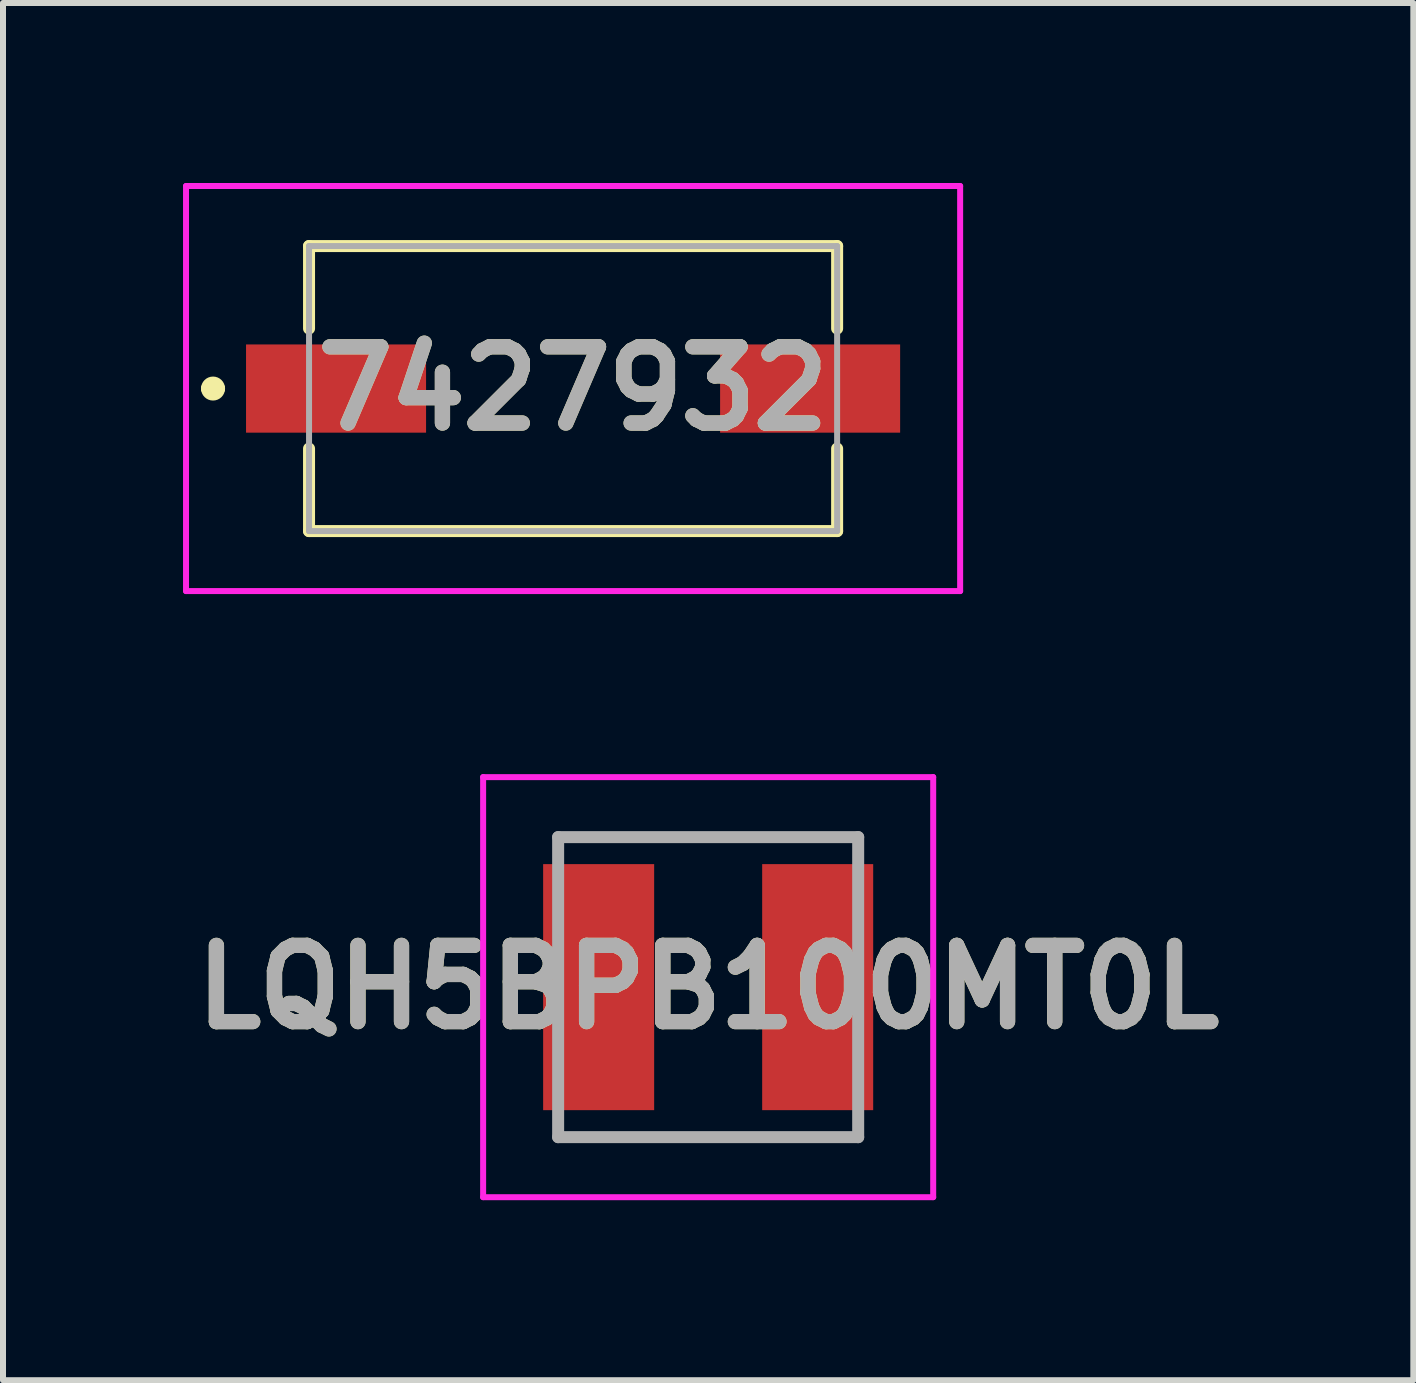
<source format=kicad_pcb>
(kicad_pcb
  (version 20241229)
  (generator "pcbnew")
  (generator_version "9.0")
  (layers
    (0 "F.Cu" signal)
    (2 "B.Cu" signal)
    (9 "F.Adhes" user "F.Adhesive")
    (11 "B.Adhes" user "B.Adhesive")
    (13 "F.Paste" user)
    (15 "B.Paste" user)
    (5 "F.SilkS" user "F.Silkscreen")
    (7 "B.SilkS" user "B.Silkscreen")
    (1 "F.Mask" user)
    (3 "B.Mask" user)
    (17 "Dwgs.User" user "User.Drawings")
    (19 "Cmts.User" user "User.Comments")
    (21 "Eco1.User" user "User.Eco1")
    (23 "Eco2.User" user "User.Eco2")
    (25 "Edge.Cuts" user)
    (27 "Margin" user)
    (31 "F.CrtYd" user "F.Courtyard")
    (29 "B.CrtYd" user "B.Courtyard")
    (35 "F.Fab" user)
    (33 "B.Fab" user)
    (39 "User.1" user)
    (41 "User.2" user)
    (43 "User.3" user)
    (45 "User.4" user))
  (footprint "7427932"
    (layer "F.Cu")
    (at 6.5 3.425)
    (property "Reference" "7427932" (at 0 0 0) (layer "F.SilkS") (effects (font (size 1.27 1.27) (thickness 0.254))))
    (attr smd)
    (fp_line (start -6.1 0) (end -6.1 0) (stroke (width 0.2) (type solid)) (layer "F.SilkS"))
    (fp_line (start -5.9 0) (end -5.9 0) (stroke (width 0.2) (type solid)) (layer "F.SilkS"))
    (fp_line (start -4.4 -2.375) (end 4.4 -2.375) (stroke (width 0.2) (type solid)) (layer "F.SilkS"))
    (fp_line (start -4.4 -1) (end -4.4 -2.375) (stroke (width 0.2) (type solid)) (layer "F.SilkS"))
    (fp_line (start -4.4 1) (end -4.4 2.375) (stroke (width 0.2) (type solid)) (layer "F.SilkS"))
    (fp_line (start -4.4 2.375) (end 4.4 2.375) (stroke (width 0.2) (type solid)) (layer "F.SilkS"))
    (fp_line (start 4.4 -2.375) (end 4.4 -1) (stroke (width 0.2) (type solid)) (layer "F.SilkS"))
    (fp_line (start 4.4 2.375) (end 4.4 1) (stroke (width 0.2) (type solid)) (layer "F.SilkS"))
    (fp_arc (start -6.1 0) (mid -6 -0.1) (end -5.9 0) (stroke (width 0.2) (type solid)) (layer "F.SilkS"))
    (fp_arc (start -5.9 0) (mid -6 0.1) (end -6.1 0) (stroke (width 0.2) (type solid)) (layer "F.SilkS"))
    (fp_line (start -6.45 -3.375) (end 6.45 -3.375) (stroke (width 0.1) (type solid)) (layer "F.CrtYd"))
    (fp_line (start -6.45 3.375) (end -6.45 -3.375) (stroke (width 0.1) (type solid)) (layer "F.CrtYd"))
    (fp_line (start 6.45 -3.375) (end 6.45 3.375) (stroke (width 0.1) (type solid)) (layer "F.CrtYd"))
    (fp_line (start 6.45 3.375) (end -6.45 3.375) (stroke (width 0.1) (type solid)) (layer "F.CrtYd"))
    (fp_line (start -4.4 -2.375) (end 4.4 -2.375) (stroke (width 0.1) (type solid)) (layer "F.Fab"))
    (fp_line (start -4.4 2.375) (end -4.4 -2.375) (stroke (width 0.1) (type solid)) (layer "F.Fab"))
    (fp_line (start 4.4 -2.375) (end 4.4 2.375) (stroke (width 0.1) (type solid)) (layer "F.Fab"))
    (fp_line (start 4.4 2.375) (end -4.4 2.375) (stroke (width 0.1) (type solid)) (layer "F.Fab"))
    (fp_text user "${REFERENCE}" (at 0 0 0) (layer "F.Fab") (effects (font (size 1.27 1.27) (thickness 0.254))))
    (pad "1" smd rect (at -3.95 0 90) (size 1.47 3) (layers "F.Cu" "F.Mask" "F.Paste"))
    (pad "2" smd rect (at 3.95 0 90) (size 1.47 3) (layers "F.Cu" "F.Mask" "F.Paste")))
  (footprint "LQH5BPB100MT0L"
    (layer "F.Cu")
    (at 8.751 13.4)
    (property "Reference" "LQH5BPB100MT0L" (at 0 0 0) (layer "F.SilkS") (effects (font (size 1.27 1.27) (thickness 0.254))))
    (attr smd)
    (fp_line (start -2.1 -2.5) (end 2.1 -2.5) (stroke (width 0.1) (type solid)) (layer "F.SilkS"))
    (fp_line (start -2.1 2.5) (end 2.1 2.5) (stroke (width 0.1) (type solid)) (layer "F.SilkS"))
    (fp_line (start -3.75 -3.5) (end 3.75 -3.5) (stroke (width 0.1) (type solid)) (layer "F.CrtYd"))
    (fp_line (start -3.75 3.5) (end -3.75 -3.5) (stroke (width 0.1) (type solid)) (layer "F.CrtYd"))
    (fp_line (start 3.75 -3.5) (end 3.75 3.5) (stroke (width 0.1) (type solid)) (layer "F.CrtYd"))
    (fp_line (start 3.75 3.5) (end -3.75 3.5) (stroke (width 0.1) (type solid)) (layer "F.CrtYd"))
    (fp_line (start -2.5 -2.5) (end 2.5 -2.5) (stroke (width 0.2) (type solid)) (layer "F.Fab"))
    (fp_line (start -2.5 2.5) (end -2.5 -2.5) (stroke (width 0.2) (type solid)) (layer "F.Fab"))
    (fp_line (start 2.5 -2.5) (end 2.5 2.5) (stroke (width 0.2) (type solid)) (layer "F.Fab"))
    (fp_line (start 2.5 2.5) (end -2.5 2.5) (stroke (width 0.2) (type solid)) (layer "F.Fab"))
    (fp_text user "${REFERENCE}" (at 0 0 0) (layer "F.Fab") (effects (font (size 1.27 1.27) (thickness 0.254))))
    (pad "1" smd rect (at -1.825 0) (size 1.85 4.1) (layers "F.Cu" "F.Mask" "F.Paste"))
    (pad "2" smd rect (at 1.825 0) (size 1.85 4.1) (layers "F.Cu" "F.Mask" "F.Paste")))
  (gr_rect
    (start -3 -3)
    (end 20.502 19.95)
    (stroke (width 0.1) (type default))
    (fill no)
    (layer "Edge.Cuts")))
</source>
